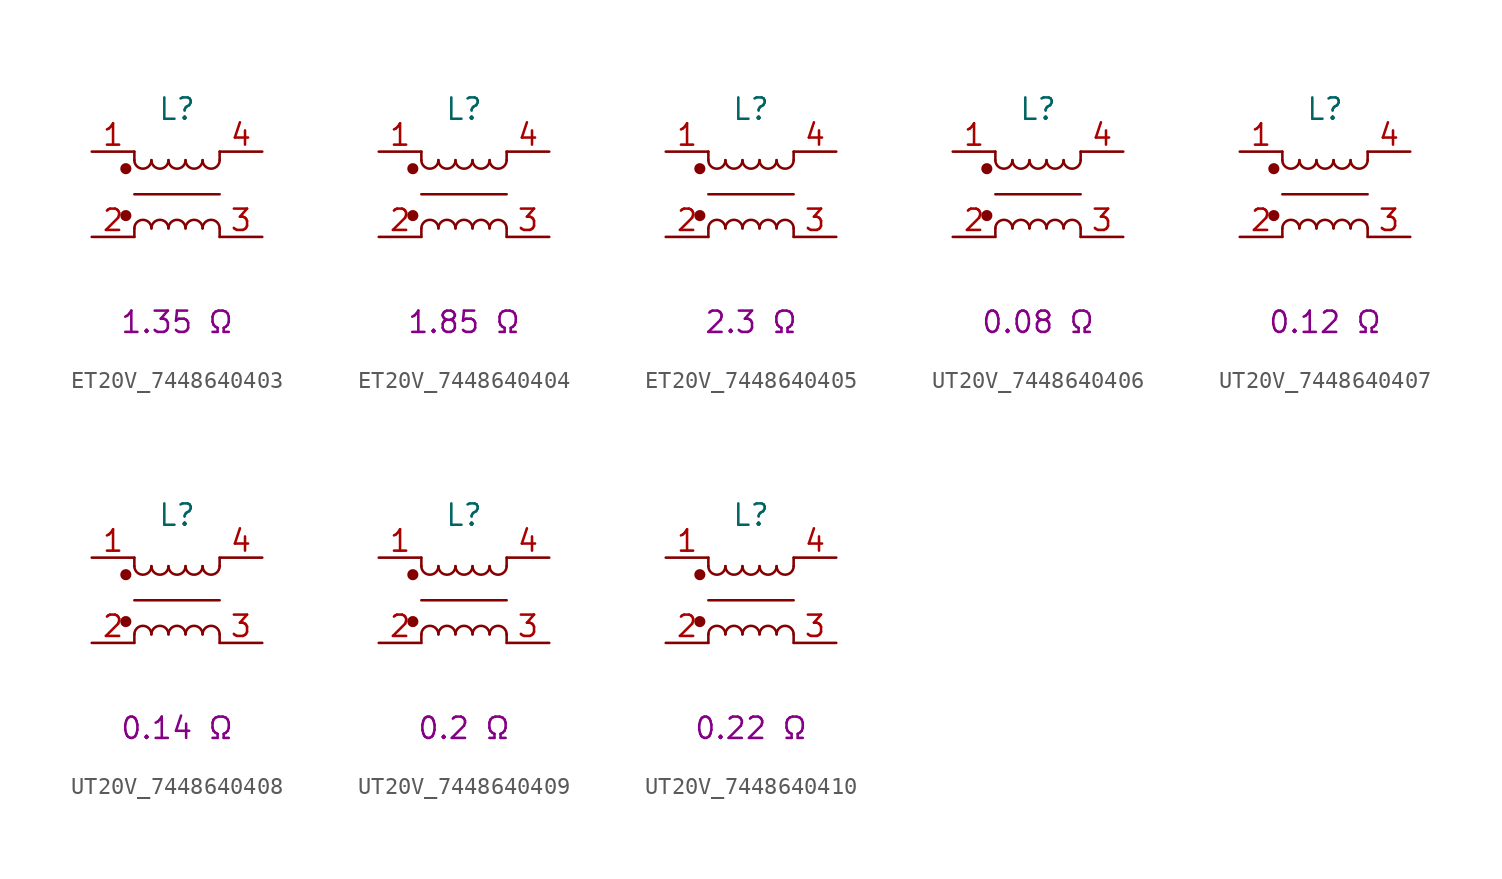
<source format=kicad_sym>
(kicad_symbol_lib
  (version 20220914)
  (generator kicad_symbol_editor)
  (symbol "ET20V_7448640403"
    (pin_names hide)
    (property "Reference" "L"
      (at 0 5.08 0)
      (effects (font (size 1.27 1.27))))
    (property "Critical Parameter" "1.35 Ω"
      (at 0 -7.62 0)
      (effects (font (size 1.27 1.27))))
    (symbol "ET20V_7448640403_0_1"
      (circle (center -3.048 -1.27) (radius 0.254) (stroke (width 0) (type default)) (fill (type outline)))
      (circle (center -3.048 1.524) (radius 0.254) (stroke (width 0) (type default)) (fill (type outline)))
      (arc (start -2.54 2.032) (mid -2.032 1.5262) (end -1.524 2.032) (stroke (width 0) (type default)) (fill (type none)))
      (arc (start -1.524 -2.032) (mid -2.032 -1.5262) (end -2.54 -2.032) (stroke (width 0) (type default)) (fill (type none)))
      (arc (start -1.524 2.032) (mid -1.016 1.5262) (end -0.508 2.032) (stroke (width 0) (type default)) (fill (type none)))
      (arc (start -0.508 -2.032) (mid -1.016 -1.5262) (end -1.524 -2.032) (stroke (width 0) (type default)) (fill (type none)))
      (arc (start -0.508 2.032) (mid 0 1.5262) (end 0.508 2.032) (stroke (width 0) (type default)) (fill (type none)))
      (polyline (pts (xy -2.54 -2.032) (xy -2.54 -2.54)) (stroke (width 0) (type default)) (fill (type none)))
      (polyline (pts (xy -2.54 2.032) (xy -2.54 2.54)) (stroke (width 0) (type default)) (fill (type none)))
      (polyline (pts (xy 2.54 -2.032) (xy 2.54 -2.54)) (stroke (width 0) (type default)) (fill (type none)))
      (polyline (pts (xy 2.54 0) (xy -2.54 0)) (stroke (width 0) (type default)) (fill (type none)))
      (polyline (pts (xy 2.54 2.54) (xy 2.54 2.032)) (stroke (width 0) (type default)) (fill (type none)))
      (arc (start 0.508 -2.032) (mid 0 -1.5262) (end -0.508 -2.032) (stroke (width 0) (type default)) (fill (type none)))
      (arc (start 0.508 2.032) (mid 1.016 1.5262) (end 1.524 2.032) (stroke (width 0) (type default)) (fill (type none)))
      (arc (start 1.524 -2.032) (mid 1.016 -1.5262) (end 0.508 -2.032) (stroke (width 0) (type default)) (fill (type none)))
      (arc (start 1.524 2.032) (mid 2.032 1.5262) (end 2.54 2.032) (stroke (width 0) (type default)) (fill (type none)))
      (arc (start 2.54 -2.032) (mid 2.032 -1.5262) (end 1.524 -2.032) (stroke (width 0) (type default)) (fill (type none))))
    (symbol "ET20V_7448640403_1_1"
      (pin passive line (at -5.08 2.54 0) (length 2.54) (name "1" (effects (font (size 1.27 1.27)))) (number "1" (effects (font (size 1.27 1.27)))))
      (pin passive line (at -5.08 -2.54 0) (length 2.54) (name "2" (effects (font (size 1.27 1.27)))) (number "2" (effects (font (size 1.27 1.27)))))
      (pin passive line (at 5.08 -2.54 180) (length 2.54) (name "3" (effects (font (size 1.27 1.27)))) (number "3" (effects (font (size 1.27 1.27)))))
      (pin passive line (at 5.08 2.54 180) (length 2.54) (name "4" (effects (font (size 1.27 1.27)))) (number "4" (effects (font (size 1.27 1.27)))))))
  (symbol "ET20V_7448640404"
    (pin_names hide)
    (property "Reference" "L"
      (at 0 5.08 0)
      (effects (font (size 1.27 1.27))))
    (property "Critical Parameter" "1.85 Ω"
      (at 0 -7.62 0)
      (effects (font (size 1.27 1.27))))
    (symbol "ET20V_7448640404_0_1"
      (circle (center -3.048 -1.27) (radius 0.254) (stroke (width 0) (type default)) (fill (type outline)))
      (circle (center -3.048 1.524) (radius 0.254) (stroke (width 0) (type default)) (fill (type outline)))
      (arc (start -2.54 2.032) (mid -2.032 1.5262) (end -1.524 2.032) (stroke (width 0) (type default)) (fill (type none)))
      (arc (start -1.524 -2.032) (mid -2.032 -1.5262) (end -2.54 -2.032) (stroke (width 0) (type default)) (fill (type none)))
      (arc (start -1.524 2.032) (mid -1.016 1.5262) (end -0.508 2.032) (stroke (width 0) (type default)) (fill (type none)))
      (arc (start -0.508 -2.032) (mid -1.016 -1.5262) (end -1.524 -2.032) (stroke (width 0) (type default)) (fill (type none)))
      (arc (start -0.508 2.032) (mid 0 1.5262) (end 0.508 2.032) (stroke (width 0) (type default)) (fill (type none)))
      (polyline (pts (xy -2.54 -2.032) (xy -2.54 -2.54)) (stroke (width 0) (type default)) (fill (type none)))
      (polyline (pts (xy -2.54 2.032) (xy -2.54 2.54)) (stroke (width 0) (type default)) (fill (type none)))
      (polyline (pts (xy 2.54 -2.032) (xy 2.54 -2.54)) (stroke (width 0) (type default)) (fill (type none)))
      (polyline (pts (xy 2.54 0) (xy -2.54 0)) (stroke (width 0) (type default)) (fill (type none)))
      (polyline (pts (xy 2.54 2.54) (xy 2.54 2.032)) (stroke (width 0) (type default)) (fill (type none)))
      (arc (start 0.508 -2.032) (mid 0 -1.5262) (end -0.508 -2.032) (stroke (width 0) (type default)) (fill (type none)))
      (arc (start 0.508 2.032) (mid 1.016 1.5262) (end 1.524 2.032) (stroke (width 0) (type default)) (fill (type none)))
      (arc (start 1.524 -2.032) (mid 1.016 -1.5262) (end 0.508 -2.032) (stroke (width 0) (type default)) (fill (type none)))
      (arc (start 1.524 2.032) (mid 2.032 1.5262) (end 2.54 2.032) (stroke (width 0) (type default)) (fill (type none)))
      (arc (start 2.54 -2.032) (mid 2.032 -1.5262) (end 1.524 -2.032) (stroke (width 0) (type default)) (fill (type none))))
    (symbol "ET20V_7448640404_1_1"
      (pin passive line (at -5.08 2.54 0) (length 2.54) (name "1" (effects (font (size 1.27 1.27)))) (number "1" (effects (font (size 1.27 1.27)))))
      (pin passive line (at -5.08 -2.54 0) (length 2.54) (name "2" (effects (font (size 1.27 1.27)))) (number "2" (effects (font (size 1.27 1.27)))))
      (pin passive line (at 5.08 -2.54 180) (length 2.54) (name "3" (effects (font (size 1.27 1.27)))) (number "3" (effects (font (size 1.27 1.27)))))
      (pin passive line (at 5.08 2.54 180) (length 2.54) (name "4" (effects (font (size 1.27 1.27)))) (number "4" (effects (font (size 1.27 1.27)))))))
  (symbol "ET20V_7448640405"
    (pin_names hide)
    (property "Reference" "L"
      (at 0 5.08 0)
      (effects (font (size 1.27 1.27))))
    (property "Critical Parameter" "2.3 Ω"
      (at 0 -7.62 0)
      (effects (font (size 1.27 1.27))))
    (symbol "ET20V_7448640405_0_1"
      (circle (center -3.048 -1.27) (radius 0.254) (stroke (width 0) (type default)) (fill (type outline)))
      (circle (center -3.048 1.524) (radius 0.254) (stroke (width 0) (type default)) (fill (type outline)))
      (arc (start -2.54 2.032) (mid -2.032 1.5262) (end -1.524 2.032) (stroke (width 0) (type default)) (fill (type none)))
      (arc (start -1.524 -2.032) (mid -2.032 -1.5262) (end -2.54 -2.032) (stroke (width 0) (type default)) (fill (type none)))
      (arc (start -1.524 2.032) (mid -1.016 1.5262) (end -0.508 2.032) (stroke (width 0) (type default)) (fill (type none)))
      (arc (start -0.508 -2.032) (mid -1.016 -1.5262) (end -1.524 -2.032) (stroke (width 0) (type default)) (fill (type none)))
      (arc (start -0.508 2.032) (mid 0 1.5262) (end 0.508 2.032) (stroke (width 0) (type default)) (fill (type none)))
      (polyline (pts (xy -2.54 -2.032) (xy -2.54 -2.54)) (stroke (width 0) (type default)) (fill (type none)))
      (polyline (pts (xy -2.54 2.032) (xy -2.54 2.54)) (stroke (width 0) (type default)) (fill (type none)))
      (polyline (pts (xy 2.54 -2.032) (xy 2.54 -2.54)) (stroke (width 0) (type default)) (fill (type none)))
      (polyline (pts (xy 2.54 0) (xy -2.54 0)) (stroke (width 0) (type default)) (fill (type none)))
      (polyline (pts (xy 2.54 2.54) (xy 2.54 2.032)) (stroke (width 0) (type default)) (fill (type none)))
      (arc (start 0.508 -2.032) (mid 0 -1.5262) (end -0.508 -2.032) (stroke (width 0) (type default)) (fill (type none)))
      (arc (start 0.508 2.032) (mid 1.016 1.5262) (end 1.524 2.032) (stroke (width 0) (type default)) (fill (type none)))
      (arc (start 1.524 -2.032) (mid 1.016 -1.5262) (end 0.508 -2.032) (stroke (width 0) (type default)) (fill (type none)))
      (arc (start 1.524 2.032) (mid 2.032 1.5262) (end 2.54 2.032) (stroke (width 0) (type default)) (fill (type none)))
      (arc (start 2.54 -2.032) (mid 2.032 -1.5262) (end 1.524 -2.032) (stroke (width 0) (type default)) (fill (type none))))
    (symbol "ET20V_7448640405_1_1"
      (pin passive line (at -5.08 2.54 0) (length 2.54) (name "1" (effects (font (size 1.27 1.27)))) (number "1" (effects (font (size 1.27 1.27)))))
      (pin passive line (at -5.08 -2.54 0) (length 2.54) (name "2" (effects (font (size 1.27 1.27)))) (number "2" (effects (font (size 1.27 1.27)))))
      (pin passive line (at 5.08 -2.54 180) (length 2.54) (name "3" (effects (font (size 1.27 1.27)))) (number "3" (effects (font (size 1.27 1.27)))))
      (pin passive line (at 5.08 2.54 180) (length 2.54) (name "4" (effects (font (size 1.27 1.27)))) (number "4" (effects (font (size 1.27 1.27)))))))
  (symbol "UT20V_7448640406"
    (pin_names hide)
    (property "Reference" "L"
      (at 0 5.08 0)
      (effects (font (size 1.27 1.27))))
    (property "Critical Parameter" "0.08 Ω"
      (at 0 -7.62 0)
      (effects (font (size 1.27 1.27))))
    (symbol "UT20V_7448640406_0_1"
      (circle (center -3.048 -1.27) (radius 0.254) (stroke (width 0) (type default)) (fill (type outline)))
      (circle (center -3.048 1.524) (radius 0.254) (stroke (width 0) (type default)) (fill (type outline)))
      (arc (start -2.54 2.032) (mid -2.032 1.5262) (end -1.524 2.032) (stroke (width 0) (type default)) (fill (type none)))
      (arc (start -1.524 -2.032) (mid -2.032 -1.5262) (end -2.54 -2.032) (stroke (width 0) (type default)) (fill (type none)))
      (arc (start -1.524 2.032) (mid -1.016 1.5262) (end -0.508 2.032) (stroke (width 0) (type default)) (fill (type none)))
      (arc (start -0.508 -2.032) (mid -1.016 -1.5262) (end -1.524 -2.032) (stroke (width 0) (type default)) (fill (type none)))
      (arc (start -0.508 2.032) (mid 0 1.5262) (end 0.508 2.032) (stroke (width 0) (type default)) (fill (type none)))
      (polyline (pts (xy -2.54 -2.032) (xy -2.54 -2.54)) (stroke (width 0) (type default)) (fill (type none)))
      (polyline (pts (xy -2.54 2.032) (xy -2.54 2.54)) (stroke (width 0) (type default)) (fill (type none)))
      (polyline (pts (xy 2.54 -2.032) (xy 2.54 -2.54)) (stroke (width 0) (type default)) (fill (type none)))
      (polyline (pts (xy 2.54 0) (xy -2.54 0)) (stroke (width 0) (type default)) (fill (type none)))
      (polyline (pts (xy 2.54 2.54) (xy 2.54 2.032)) (stroke (width 0) (type default)) (fill (type none)))
      (arc (start 0.508 -2.032) (mid 0 -1.5262) (end -0.508 -2.032) (stroke (width 0) (type default)) (fill (type none)))
      (arc (start 0.508 2.032) (mid 1.016 1.5262) (end 1.524 2.032) (stroke (width 0) (type default)) (fill (type none)))
      (arc (start 1.524 -2.032) (mid 1.016 -1.5262) (end 0.508 -2.032) (stroke (width 0) (type default)) (fill (type none)))
      (arc (start 1.524 2.032) (mid 2.032 1.5262) (end 2.54 2.032) (stroke (width 0) (type default)) (fill (type none)))
      (arc (start 2.54 -2.032) (mid 2.032 -1.5262) (end 1.524 -2.032) (stroke (width 0) (type default)) (fill (type none))))
    (symbol "UT20V_7448640406_1_1"
      (pin passive line (at -5.08 2.54 0) (length 2.54) (name "1" (effects (font (size 1.27 1.27)))) (number "1" (effects (font (size 1.27 1.27)))))
      (pin passive line (at -5.08 -2.54 0) (length 2.54) (name "2" (effects (font (size 1.27 1.27)))) (number "2" (effects (font (size 1.27 1.27)))))
      (pin passive line (at 5.08 -2.54 180) (length 2.54) (name "3" (effects (font (size 1.27 1.27)))) (number "3" (effects (font (size 1.27 1.27)))))
      (pin passive line (at 5.08 2.54 180) (length 2.54) (name "4" (effects (font (size 1.27 1.27)))) (number "4" (effects (font (size 1.27 1.27)))))))
  (symbol "UT20V_7448640407"
    (pin_names hide)
    (property "Reference" "L"
      (at 0 5.08 0)
      (effects (font (size 1.27 1.27))))
    (property "Critical Parameter" "0.12 Ω"
      (at 0 -7.62 0)
      (effects (font (size 1.27 1.27))))
    (symbol "UT20V_7448640407_0_1"
      (circle (center -3.048 -1.27) (radius 0.254) (stroke (width 0) (type default)) (fill (type outline)))
      (circle (center -3.048 1.524) (radius 0.254) (stroke (width 0) (type default)) (fill (type outline)))
      (arc (start -2.54 2.032) (mid -2.032 1.5262) (end -1.524 2.032) (stroke (width 0) (type default)) (fill (type none)))
      (arc (start -1.524 -2.032) (mid -2.032 -1.5262) (end -2.54 -2.032) (stroke (width 0) (type default)) (fill (type none)))
      (arc (start -1.524 2.032) (mid -1.016 1.5262) (end -0.508 2.032) (stroke (width 0) (type default)) (fill (type none)))
      (arc (start -0.508 -2.032) (mid -1.016 -1.5262) (end -1.524 -2.032) (stroke (width 0) (type default)) (fill (type none)))
      (arc (start -0.508 2.032) (mid 0 1.5262) (end 0.508 2.032) (stroke (width 0) (type default)) (fill (type none)))
      (polyline (pts (xy -2.54 -2.032) (xy -2.54 -2.54)) (stroke (width 0) (type default)) (fill (type none)))
      (polyline (pts (xy -2.54 2.032) (xy -2.54 2.54)) (stroke (width 0) (type default)) (fill (type none)))
      (polyline (pts (xy 2.54 -2.032) (xy 2.54 -2.54)) (stroke (width 0) (type default)) (fill (type none)))
      (polyline (pts (xy 2.54 0) (xy -2.54 0)) (stroke (width 0) (type default)) (fill (type none)))
      (polyline (pts (xy 2.54 2.54) (xy 2.54 2.032)) (stroke (width 0) (type default)) (fill (type none)))
      (arc (start 0.508 -2.032) (mid 0 -1.5262) (end -0.508 -2.032) (stroke (width 0) (type default)) (fill (type none)))
      (arc (start 0.508 2.032) (mid 1.016 1.5262) (end 1.524 2.032) (stroke (width 0) (type default)) (fill (type none)))
      (arc (start 1.524 -2.032) (mid 1.016 -1.5262) (end 0.508 -2.032) (stroke (width 0) (type default)) (fill (type none)))
      (arc (start 1.524 2.032) (mid 2.032 1.5262) (end 2.54 2.032) (stroke (width 0) (type default)) (fill (type none)))
      (arc (start 2.54 -2.032) (mid 2.032 -1.5262) (end 1.524 -2.032) (stroke (width 0) (type default)) (fill (type none))))
    (symbol "UT20V_7448640407_1_1"
      (pin passive line (at -5.08 2.54 0) (length 2.54) (name "1" (effects (font (size 1.27 1.27)))) (number "1" (effects (font (size 1.27 1.27)))))
      (pin passive line (at -5.08 -2.54 0) (length 2.54) (name "2" (effects (font (size 1.27 1.27)))) (number "2" (effects (font (size 1.27 1.27)))))
      (pin passive line (at 5.08 -2.54 180) (length 2.54) (name "3" (effects (font (size 1.27 1.27)))) (number "3" (effects (font (size 1.27 1.27)))))
      (pin passive line (at 5.08 2.54 180) (length 2.54) (name "4" (effects (font (size 1.27 1.27)))) (number "4" (effects (font (size 1.27 1.27)))))))
  (symbol "UT20V_7448640408"
    (pin_names hide)
    (property "Reference" "L"
      (at 0 5.08 0)
      (effects (font (size 1.27 1.27))))
    (property "Critical Parameter" "0.14 Ω"
      (at 0 -7.62 0)
      (effects (font (size 1.27 1.27))))
    (symbol "UT20V_7448640408_0_1"
      (circle (center -3.048 -1.27) (radius 0.254) (stroke (width 0) (type default)) (fill (type outline)))
      (circle (center -3.048 1.524) (radius 0.254) (stroke (width 0) (type default)) (fill (type outline)))
      (arc (start -2.54 2.032) (mid -2.032 1.5262) (end -1.524 2.032) (stroke (width 0) (type default)) (fill (type none)))
      (arc (start -1.524 -2.032) (mid -2.032 -1.5262) (end -2.54 -2.032) (stroke (width 0) (type default)) (fill (type none)))
      (arc (start -1.524 2.032) (mid -1.016 1.5262) (end -0.508 2.032) (stroke (width 0) (type default)) (fill (type none)))
      (arc (start -0.508 -2.032) (mid -1.016 -1.5262) (end -1.524 -2.032) (stroke (width 0) (type default)) (fill (type none)))
      (arc (start -0.508 2.032) (mid 0 1.5262) (end 0.508 2.032) (stroke (width 0) (type default)) (fill (type none)))
      (polyline (pts (xy -2.54 -2.032) (xy -2.54 -2.54)) (stroke (width 0) (type default)) (fill (type none)))
      (polyline (pts (xy -2.54 2.032) (xy -2.54 2.54)) (stroke (width 0) (type default)) (fill (type none)))
      (polyline (pts (xy 2.54 -2.032) (xy 2.54 -2.54)) (stroke (width 0) (type default)) (fill (type none)))
      (polyline (pts (xy 2.54 0) (xy -2.54 0)) (stroke (width 0) (type default)) (fill (type none)))
      (polyline (pts (xy 2.54 2.54) (xy 2.54 2.032)) (stroke (width 0) (type default)) (fill (type none)))
      (arc (start 0.508 -2.032) (mid 0 -1.5262) (end -0.508 -2.032) (stroke (width 0) (type default)) (fill (type none)))
      (arc (start 0.508 2.032) (mid 1.016 1.5262) (end 1.524 2.032) (stroke (width 0) (type default)) (fill (type none)))
      (arc (start 1.524 -2.032) (mid 1.016 -1.5262) (end 0.508 -2.032) (stroke (width 0) (type default)) (fill (type none)))
      (arc (start 1.524 2.032) (mid 2.032 1.5262) (end 2.54 2.032) (stroke (width 0) (type default)) (fill (type none)))
      (arc (start 2.54 -2.032) (mid 2.032 -1.5262) (end 1.524 -2.032) (stroke (width 0) (type default)) (fill (type none))))
    (symbol "UT20V_7448640408_1_1"
      (pin passive line (at -5.08 2.54 0) (length 2.54) (name "1" (effects (font (size 1.27 1.27)))) (number "1" (effects (font (size 1.27 1.27)))))
      (pin passive line (at -5.08 -2.54 0) (length 2.54) (name "2" (effects (font (size 1.27 1.27)))) (number "2" (effects (font (size 1.27 1.27)))))
      (pin passive line (at 5.08 -2.54 180) (length 2.54) (name "3" (effects (font (size 1.27 1.27)))) (number "3" (effects (font (size 1.27 1.27)))))
      (pin passive line (at 5.08 2.54 180) (length 2.54) (name "4" (effects (font (size 1.27 1.27)))) (number "4" (effects (font (size 1.27 1.27)))))))
  (symbol "UT20V_7448640409"
    (pin_names hide)
    (property "Reference" "L"
      (at 0 5.08 0)
      (effects (font (size 1.27 1.27))))
    (property "Critical Parameter" "0.2 Ω"
      (at 0 -7.62 0)
      (effects (font (size 1.27 1.27))))
    (symbol "UT20V_7448640409_0_1"
      (circle (center -3.048 -1.27) (radius 0.254) (stroke (width 0) (type default)) (fill (type outline)))
      (circle (center -3.048 1.524) (radius 0.254) (stroke (width 0) (type default)) (fill (type outline)))
      (arc (start -2.54 2.032) (mid -2.032 1.5262) (end -1.524 2.032) (stroke (width 0) (type default)) (fill (type none)))
      (arc (start -1.524 -2.032) (mid -2.032 -1.5262) (end -2.54 -2.032) (stroke (width 0) (type default)) (fill (type none)))
      (arc (start -1.524 2.032) (mid -1.016 1.5262) (end -0.508 2.032) (stroke (width 0) (type default)) (fill (type none)))
      (arc (start -0.508 -2.032) (mid -1.016 -1.5262) (end -1.524 -2.032) (stroke (width 0) (type default)) (fill (type none)))
      (arc (start -0.508 2.032) (mid 0 1.5262) (end 0.508 2.032) (stroke (width 0) (type default)) (fill (type none)))
      (polyline (pts (xy -2.54 -2.032) (xy -2.54 -2.54)) (stroke (width 0) (type default)) (fill (type none)))
      (polyline (pts (xy -2.54 2.032) (xy -2.54 2.54)) (stroke (width 0) (type default)) (fill (type none)))
      (polyline (pts (xy 2.54 -2.032) (xy 2.54 -2.54)) (stroke (width 0) (type default)) (fill (type none)))
      (polyline (pts (xy 2.54 0) (xy -2.54 0)) (stroke (width 0) (type default)) (fill (type none)))
      (polyline (pts (xy 2.54 2.54) (xy 2.54 2.032)) (stroke (width 0) (type default)) (fill (type none)))
      (arc (start 0.508 -2.032) (mid 0 -1.5262) (end -0.508 -2.032) (stroke (width 0) (type default)) (fill (type none)))
      (arc (start 0.508 2.032) (mid 1.016 1.5262) (end 1.524 2.032) (stroke (width 0) (type default)) (fill (type none)))
      (arc (start 1.524 -2.032) (mid 1.016 -1.5262) (end 0.508 -2.032) (stroke (width 0) (type default)) (fill (type none)))
      (arc (start 1.524 2.032) (mid 2.032 1.5262) (end 2.54 2.032) (stroke (width 0) (type default)) (fill (type none)))
      (arc (start 2.54 -2.032) (mid 2.032 -1.5262) (end 1.524 -2.032) (stroke (width 0) (type default)) (fill (type none))))
    (symbol "UT20V_7448640409_1_1"
      (pin passive line (at -5.08 2.54 0) (length 2.54) (name "1" (effects (font (size 1.27 1.27)))) (number "1" (effects (font (size 1.27 1.27)))))
      (pin passive line (at -5.08 -2.54 0) (length 2.54) (name "2" (effects (font (size 1.27 1.27)))) (number "2" (effects (font (size 1.27 1.27)))))
      (pin passive line (at 5.08 -2.54 180) (length 2.54) (name "3" (effects (font (size 1.27 1.27)))) (number "3" (effects (font (size 1.27 1.27)))))
      (pin passive line (at 5.08 2.54 180) (length 2.54) (name "4" (effects (font (size 1.27 1.27)))) (number "4" (effects (font (size 1.27 1.27)))))))
  (symbol "UT20V_7448640410"
    (pin_names hide)
    (property "Reference" "L"
      (at 0 5.08 0)
      (effects (font (size 1.27 1.27))))
    (property "Critical Parameter" "0.22 Ω"
      (at 0 -7.62 0)
      (effects (font (size 1.27 1.27))))
    (symbol "UT20V_7448640410_0_1"
      (circle (center -3.048 -1.27) (radius 0.254) (stroke (width 0) (type default)) (fill (type outline)))
      (circle (center -3.048 1.524) (radius 0.254) (stroke (width 0) (type default)) (fill (type outline)))
      (arc (start -2.54 2.032) (mid -2.032 1.5262) (end -1.524 2.032) (stroke (width 0) (type default)) (fill (type none)))
      (arc (start -1.524 -2.032) (mid -2.032 -1.5262) (end -2.54 -2.032) (stroke (width 0) (type default)) (fill (type none)))
      (arc (start -1.524 2.032) (mid -1.016 1.5262) (end -0.508 2.032) (stroke (width 0) (type default)) (fill (type none)))
      (arc (start -0.508 -2.032) (mid -1.016 -1.5262) (end -1.524 -2.032) (stroke (width 0) (type default)) (fill (type none)))
      (arc (start -0.508 2.032) (mid 0 1.5262) (end 0.508 2.032) (stroke (width 0) (type default)) (fill (type none)))
      (polyline (pts (xy -2.54 -2.032) (xy -2.54 -2.54)) (stroke (width 0) (type default)) (fill (type none)))
      (polyline (pts (xy -2.54 2.032) (xy -2.54 2.54)) (stroke (width 0) (type default)) (fill (type none)))
      (polyline (pts (xy 2.54 -2.032) (xy 2.54 -2.54)) (stroke (width 0) (type default)) (fill (type none)))
      (polyline (pts (xy 2.54 0) (xy -2.54 0)) (stroke (width 0) (type default)) (fill (type none)))
      (polyline (pts (xy 2.54 2.54) (xy 2.54 2.032)) (stroke (width 0) (type default)) (fill (type none)))
      (arc (start 0.508 -2.032) (mid 0 -1.5262) (end -0.508 -2.032) (stroke (width 0) (type default)) (fill (type none)))
      (arc (start 0.508 2.032) (mid 1.016 1.5262) (end 1.524 2.032) (stroke (width 0) (type default)) (fill (type none)))
      (arc (start 1.524 -2.032) (mid 1.016 -1.5262) (end 0.508 -2.032) (stroke (width 0) (type default)) (fill (type none)))
      (arc (start 1.524 2.032) (mid 2.032 1.5262) (end 2.54 2.032) (stroke (width 0) (type default)) (fill (type none)))
      (arc (start 2.54 -2.032) (mid 2.032 -1.5262) (end 1.524 -2.032) (stroke (width 0) (type default)) (fill (type none))))
    (symbol "UT20V_7448640410_1_1"
      (pin passive line (at -5.08 2.54 0) (length 2.54) (name "1" (effects (font (size 1.27 1.27)))) (number "1" (effects (font (size 1.27 1.27)))))
      (pin passive line (at -5.08 -2.54 0) (length 2.54) (name "2" (effects (font (size 1.27 1.27)))) (number "2" (effects (font (size 1.27 1.27)))))
      (pin passive line (at 5.08 -2.54 180) (length 2.54) (name "3" (effects (font (size 1.27 1.27)))) (number "3" (effects (font (size 1.27 1.27)))))
      (pin passive line (at 5.08 2.54 180) (length 2.54) (name "4" (effects (font (size 1.27 1.27)))) (number "4" (effects (font (size 1.27 1.27))))))))
</source>
